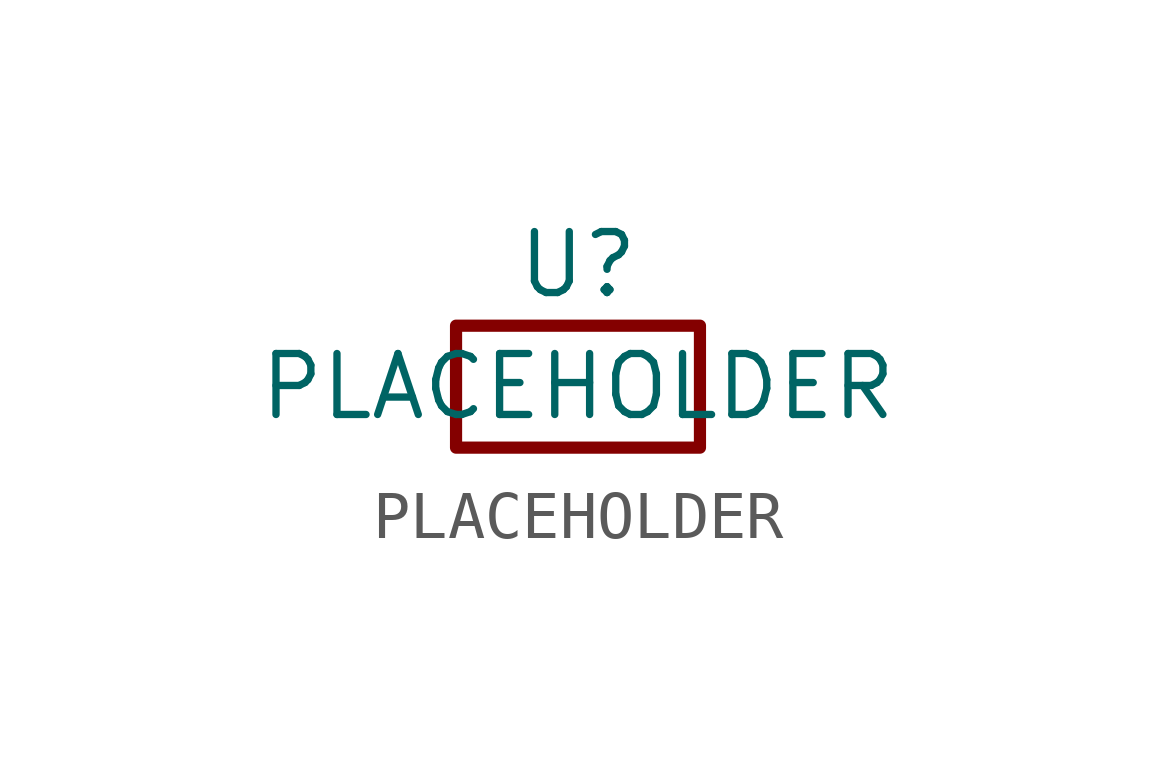
<source format=kicad_sym>
(kicad_symbol_lib
  (version 20211014)
  (generator "github-copilot")
  (generator_version "1")
  (symbol "PLACEHOLDER"
    (property "Reference" "U"
      (at 0 2.54 0)
      (effects (font (size 1.27 1.27))))
    (property "Value" "PLACEHOLDER"
      (at 0 0 0)
      (effects (font (size 1.27 1.27))))
    (symbol "PLACEHOLDER_0_1"
      (rectangle (start -2.54 1.27) (end 2.54 -1.27) (stroke (width 0.254) (type default)) (fill (type none))))))
</source>
